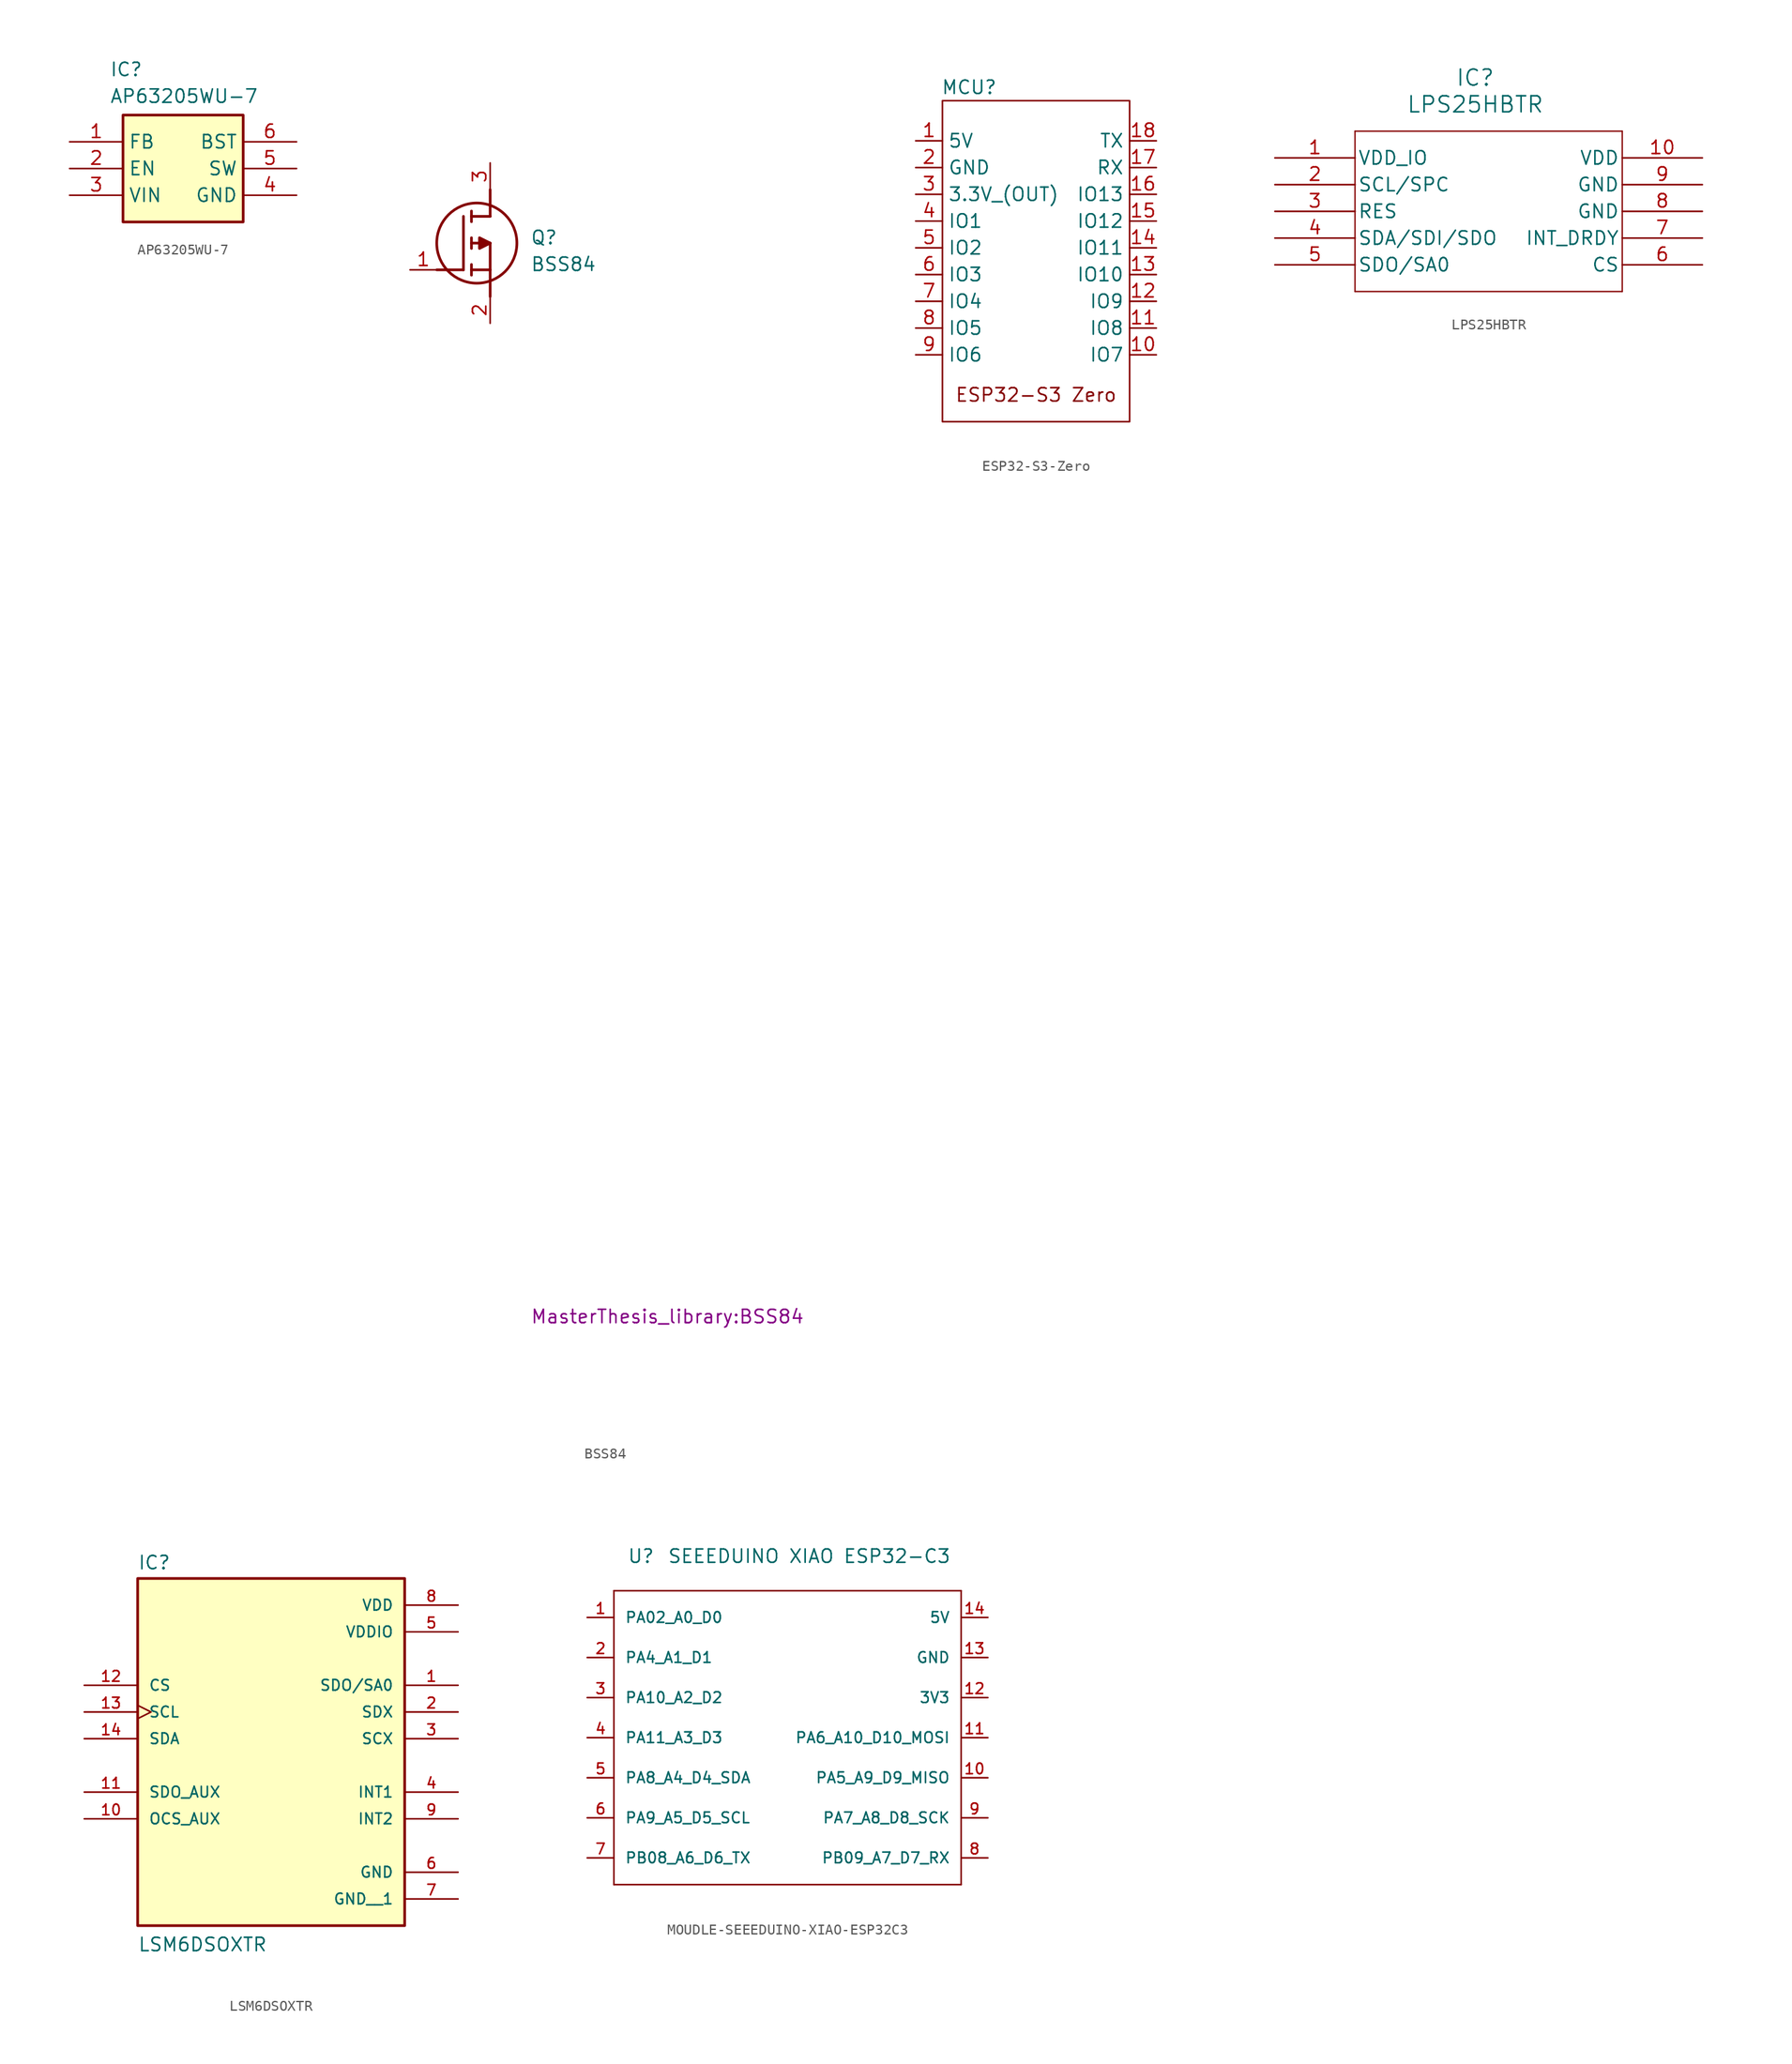
<source format=kicad_sym>
(kicad_symbol_lib
  (version 20220914)
  (generator kicad_symbol_editor)
  (symbol "AP63205WU-7"
    (property "Reference" "IC"
      (at 3.81 7.62 0)
      (effects (font (size 1.27 1.27)) (justify left top)))
    (property "Value" "AP63205WU-7"
      (at 3.81 5.08 0)
      (effects (font (size 1.27 1.27)) (justify left top)))
    (symbol "AP63205WU-7_1_1"
      (rectangle (start 5.08 2.54) (end 16.51 -7.62) (stroke (width 0.254) (type default)) (fill (type background)))
      (pin passive line (at 0 0 0) (length 5.08) (name "FB" (effects (font (size 1.27 1.27)))) (number "1" (effects (font (size 1.27 1.27)))))
      (pin passive line (at 0 -2.54 0) (length 5.08) (name "EN" (effects (font (size 1.27 1.27)))) (number "2" (effects (font (size 1.27 1.27)))))
      (pin passive line (at 0 -5.08 0) (length 5.08) (name "VIN" (effects (font (size 1.27 1.27)))) (number "3" (effects (font (size 1.27 1.27)))))
      (pin passive line (at 21.59 -5.08 180) (length 5.08) (name "GND" (effects (font (size 1.27 1.27)))) (number "4" (effects (font (size 1.27 1.27)))))
      (pin passive line (at 21.59 -2.54 180) (length 5.08) (name "SW" (effects (font (size 1.27 1.27)))) (number "5" (effects (font (size 1.27 1.27)))))
      (pin passive line (at 21.59 0 180) (length 5.08) (name "BST" (effects (font (size 1.27 1.27)))) (number "6" (effects (font (size 1.27 1.27)))))))
  (symbol "BSS84"
    (pin_names hide)
    (property "Reference" "Q"
      (at 11.43 3.81 0)
      (effects (font (size 1.27 1.27)) (justify left top)))
    (property "Value" "BSS84"
      (at 11.43 1.27 0)
      (effects (font (size 1.27 1.27)) (justify left top)))
    (property "Footprint" "MasterThesis_library:BSS84"
      (at 11.43 -98.73 0)
      (effects (font (size 1.27 1.27)) (justify left top)))
    (symbol "BSS84_1_1"
      (polyline (pts (xy 2.54 0) (xy 5.08 0)) (stroke (width 0.254) (type default)) (fill (type none)))
      (polyline (pts (xy 5.08 5.08) (xy 5.08 0)) (stroke (width 0.254) (type default)) (fill (type none)))
      (polyline (pts (xy 5.842 -0.508) (xy 5.842 0.508)) (stroke (width 0.254) (type default)) (fill (type none)))
      (polyline (pts (xy 5.842 0) (xy 7.62 0)) (stroke (width 0.254) (type default)) (fill (type none)))
      (polyline (pts (xy 5.842 2.032) (xy 5.842 3.048)) (stroke (width 0.254) (type default)) (fill (type none)))
      (polyline (pts (xy 5.842 5.588) (xy 5.842 4.572)) (stroke (width 0.254) (type default)) (fill (type none)))
      (polyline (pts (xy 7.62 2.54) (xy 5.842 2.54)) (stroke (width 0.254) (type default)) (fill (type none)))
      (polyline (pts (xy 7.62 2.54) (xy 7.62 -2.54)) (stroke (width 0.254) (type default)) (fill (type none)))
      (polyline (pts (xy 7.62 5.08) (xy 5.842 5.08)) (stroke (width 0.254) (type default)) (fill (type none)))
      (polyline (pts (xy 7.62 5.08) (xy 7.62 7.62)) (stroke (width 0.254) (type default)) (fill (type none)))
      (polyline (pts (xy 7.62 2.54) (xy 6.604 3.048) (xy 6.604 2.032) (xy 7.62 2.54)) (stroke (width 0.254) (type default)) (fill (type outline)))
      (circle (center 6.35 2.54) (radius 3.81) (stroke (width 0.254) (type default)) (fill (type none)))
      (pin passive line (at 0 0 0) (length 2.54) (name "G" (effects (font (size 1.27 1.27)))) (number "1" (effects (font (size 1.27 1.27)))))
      (pin passive line (at 7.62 -5.08 90) (length 2.54) (name "S" (effects (font (size 1.27 1.27)))) (number "2" (effects (font (size 1.27 1.27)))))
      (pin passive line (at 7.62 10.16 270) (length 2.54) (name "D" (effects (font (size 1.27 1.27)))) (number "3" (effects (font (size 1.27 1.27)))))))
  (symbol "ESP32-S3-Zero"
    (property "Reference" "MCU"
      (at 5.08 3.81 0)
      (effects (font (size 1.27 1.27))))
    (property "Value" ""
      (at 0 0 0)
      (effects (font (size 1.27 1.27))))
    (symbol "ESP32-S3-Zero_0_1"
      (rectangle (start 2.54 2.54) (end 20.32 -27.94) (stroke (width 0) (type default)) (fill (type none))))
    (symbol "ESP32-S3-Zero_1_1"
      (text "ESP32-S3 Zero" (at 11.43 -25.4 0) (effects (font (size 1.27 1.27))))
      (pin bidirectional line (at 0 -1.27 0) (length 2.54) (name "5V" (effects (font (size 1.27 1.27)))) (number "1" (effects (font (size 1.27 1.27)))))
      (pin bidirectional line (at 22.86 -21.59 180) (length 2.54) (name "IO7" (effects (font (size 1.27 1.27)))) (number "10" (effects (font (size 1.27 1.27)))))
      (pin bidirectional line (at 22.86 -19.05 180) (length 2.54) (name "IO8" (effects (font (size 1.27 1.27)))) (number "11" (effects (font (size 1.27 1.27)))))
      (pin bidirectional line (at 22.86 -16.51 180) (length 2.54) (name "IO9" (effects (font (size 1.27 1.27)))) (number "12" (effects (font (size 1.27 1.27)))))
      (pin bidirectional line (at 22.86 -13.97 180) (length 2.54) (name "IO10" (effects (font (size 1.27 1.27)))) (number "13" (effects (font (size 1.27 1.27)))))
      (pin bidirectional line (at 22.86 -11.43 180) (length 2.54) (name "IO11" (effects (font (size 1.27 1.27)))) (number "14" (effects (font (size 1.27 1.27)))))
      (pin bidirectional line (at 22.86 -8.89 180) (length 2.54) (name "IO12" (effects (font (size 1.27 1.27)))) (number "15" (effects (font (size 1.27 1.27)))))
      (pin bidirectional line (at 22.86 -6.35 180) (length 2.54) (name "IO13" (effects (font (size 1.27 1.27)))) (number "16" (effects (font (size 1.27 1.27)))))
      (pin bidirectional line (at 22.86 -3.81 180) (length 2.54) (name "RX" (effects (font (size 1.27 1.27)))) (number "17" (effects (font (size 1.27 1.27)))))
      (pin bidirectional line (at 22.86 -1.27 180) (length 2.54) (name "TX" (effects (font (size 1.27 1.27)))) (number "18" (effects (font (size 1.27 1.27)))))
      (pin bidirectional line (at 0 -3.81 0) (length 2.54) (name "GND" (effects (font (size 1.27 1.27)))) (number "2" (effects (font (size 1.27 1.27)))))
      (pin bidirectional line (at 0 -6.35 0) (length 2.54) (name "3.3V_(OUT)" (effects (font (size 1.27 1.27)))) (number "3" (effects (font (size 1.27 1.27)))))
      (pin bidirectional line (at 0 -8.89 0) (length 2.54) (name "IO1" (effects (font (size 1.27 1.27)))) (number "4" (effects (font (size 1.27 1.27)))))
      (pin bidirectional line (at 0 -11.43 0) (length 2.54) (name "IO2" (effects (font (size 1.27 1.27)))) (number "5" (effects (font (size 1.27 1.27)))))
      (pin bidirectional line (at 0 -13.97 0) (length 2.54) (name "IO3" (effects (font (size 1.27 1.27)))) (number "6" (effects (font (size 1.27 1.27)))))
      (pin bidirectional line (at 0 -16.51 0) (length 2.54) (name "IO4" (effects (font (size 1.27 1.27)))) (number "7" (effects (font (size 1.27 1.27)))))
      (pin bidirectional line (at 0 -19.05 0) (length 2.54) (name "IO5" (effects (font (size 1.27 1.27)))) (number "8" (effects (font (size 1.27 1.27)))))
      (pin bidirectional line (at 0 -21.59 0) (length 2.54) (name "IO6" (effects (font (size 1.27 1.27)))) (number "9" (effects (font (size 1.27 1.27)))))))
  (symbol "LPS25HBTR"
    (pin_names
      (offset 0.254))
    (property "Reference" "IC"
      (at 19.05 7.62 0)
      (effects (font (size 1.524 1.524))))
    (property "Value" "LPS25HBTR"
      (at 19.05 5.08 0)
      (effects (font (size 1.524 1.524))))
    (symbol "LPS25HBTR_0_1"
      (polyline (pts (xy 7.62 -12.7) (xy 33.02 -12.7)) (stroke (width 0.127) (type default)) (fill (type none)))
      (polyline (pts (xy 7.62 2.54) (xy 7.62 -12.7)) (stroke (width 0.127) (type default)) (fill (type none)))
      (polyline (pts (xy 33.02 -12.7) (xy 33.02 2.54)) (stroke (width 0.127) (type default)) (fill (type none)))
      (polyline (pts (xy 33.02 2.54) (xy 7.62 2.54)) (stroke (width 0.127) (type default)) (fill (type none)))
      (pin power_in line (at 0 0 0) (length 7.62) (name "VDD_IO" (effects (font (size 1.27 1.27)))) (number "1" (effects (font (size 1.27 1.27)))))
      (pin power_in line (at 40.64 0 180) (length 7.62) (name "VDD" (effects (font (size 1.27 1.27)))) (number "10" (effects (font (size 1.27 1.27)))))
      (pin bidirectional line (at 0 -2.54 0) (length 7.62) (name "SCL/SPC" (effects (font (size 1.27 1.27)))) (number "2" (effects (font (size 1.27 1.27)))))
      (pin unspecified line (at 0 -5.08 0) (length 7.62) (name "RES" (effects (font (size 1.27 1.27)))) (number "3" (effects (font (size 1.27 1.27)))))
      (pin bidirectional line (at 0 -7.62 0) (length 7.62) (name "SDA/SDI/SDO" (effects (font (size 1.27 1.27)))) (number "4" (effects (font (size 1.27 1.27)))))
      (pin bidirectional line (at 0 -10.16 0) (length 7.62) (name "SDO/SA0" (effects (font (size 1.27 1.27)))) (number "5" (effects (font (size 1.27 1.27)))))
      (pin bidirectional line (at 40.64 -10.16 180) (length 7.62) (name "CS" (effects (font (size 1.27 1.27)))) (number "6" (effects (font (size 1.27 1.27)))))
      (pin bidirectional line (at 40.64 -7.62 180) (length 7.62) (name "INT_DRDY" (effects (font (size 1.27 1.27)))) (number "7" (effects (font (size 1.27 1.27)))))
      (pin power_in line (at 40.64 -5.08 180) (length 7.62) (name "GND" (effects (font (size 1.27 1.27)))) (number "8" (effects (font (size 1.27 1.27)))))
      (pin power_in line (at 40.64 -2.54 180) (length 7.62) (name "GND" (effects (font (size 1.27 1.27)))) (number "9" (effects (font (size 1.27 1.27)))))))
  (symbol "LSM6DSOXTR"
    (pin_names
      (offset 1.016))
    (property "Reference" "IC"
      (at -12.7 16.002 0)
      (effects (font (size 1.27 1.27)) (justify left bottom)))
    (property "Value" "LSM6DSOXTR"
      (at -12.7 -20.32 0)
      (effects (font (size 1.27 1.27)) (justify left bottom)))
    (symbol "LSM6DSOXTR_0_0"
      (rectangle (start -12.7 -17.78) (end 12.7 15.24) (stroke (width 0.254) (type default)) (fill (type background)))
      (pin bidirectional line (at 17.78 5.08 180) (length 5.08) (name "SDO/SA0" (effects (font (size 1.016 1.016)))) (number "1" (effects (font (size 1.016 1.016)))))
      (pin bidirectional line (at -17.78 -7.62 0) (length 5.08) (name "OCS_AUX" (effects (font (size 1.016 1.016)))) (number "10" (effects (font (size 1.016 1.016)))))
      (pin bidirectional line (at -17.78 -5.08 0) (length 5.08) (name "SDO_AUX" (effects (font (size 1.016 1.016)))) (number "11" (effects (font (size 1.016 1.016)))))
      (pin input line (at -17.78 5.08 0) (length 5.08) (name "CS" (effects (font (size 1.016 1.016)))) (number "12" (effects (font (size 1.016 1.016)))))
      (pin input clock (at -17.78 2.54 0) (length 5.08) (name "SCL" (effects (font (size 1.016 1.016)))) (number "13" (effects (font (size 1.016 1.016)))))
      (pin bidirectional line (at -17.78 0 0) (length 5.08) (name "SDA" (effects (font (size 1.016 1.016)))) (number "14" (effects (font (size 1.016 1.016)))))
      (pin bidirectional line (at 17.78 2.54 180) (length 5.08) (name "SDX" (effects (font (size 1.016 1.016)))) (number "2" (effects (font (size 1.016 1.016)))))
      (pin bidirectional line (at 17.78 0 180) (length 5.08) (name "SCX" (effects (font (size 1.016 1.016)))) (number "3" (effects (font (size 1.016 1.016)))))
      (pin output line (at 17.78 -5.08 180) (length 5.08) (name "INT1" (effects (font (size 1.016 1.016)))) (number "4" (effects (font (size 1.016 1.016)))))
      (pin power_in line (at 17.78 10.16 180) (length 5.08) (name "VDDIO" (effects (font (size 1.016 1.016)))) (number "5" (effects (font (size 1.016 1.016)))))
      (pin power_in line (at 17.78 -12.7 180) (length 5.08) (name "GND" (effects (font (size 1.016 1.016)))) (number "6" (effects (font (size 1.016 1.016)))))
      (pin power_in line (at 17.78 -15.24 180) (length 5.08) (name "GND__1" (effects (font (size 1.016 1.016)))) (number "7" (effects (font (size 1.016 1.016)))))
      (pin power_in line (at 17.78 12.7 180) (length 5.08) (name "VDD" (effects (font (size 1.016 1.016)))) (number "8" (effects (font (size 1.016 1.016)))))
      (pin output line (at 17.78 -7.62 180) (length 5.08) (name "INT2" (effects (font (size 1.016 1.016)))) (number "9" (effects (font (size 1.016 1.016)))))))
  (symbol "MOUDLE-SEEEDUINO-XIAO-ESP32C3"
    (pin_names
      (offset 1.016))
    (property "Reference" "U"
      (at -21.59 16.51 0)
      (effects (font (size 1.27 1.27)) (justify left bottom)))
    (property "Value" "SEEEDUINO XIAO ESP32-C3"
      (at -17.78 16.51 0)
      (effects (font (size 1.27 1.27)) (justify left bottom)))
    (symbol "MOUDLE-SEEEDUINO-XIAO-ESP32C3_0_0"
      (polyline (pts (xy -22.86 -13.97) (xy -22.86 0)) (stroke (width 0.152) (type default)) (fill (type none)))
      (polyline (pts (xy -22.86 0) (xy -22.86 3.81)) (stroke (width 0.152) (type default)) (fill (type none)))
      (polyline (pts (xy -22.86 3.81) (xy -22.86 7.62)) (stroke (width 0.152) (type default)) (fill (type none)))
      (polyline (pts (xy -22.86 7.62) (xy -22.86 11.43)) (stroke (width 0.152) (type default)) (fill (type none)))
      (polyline (pts (xy -22.86 11.43) (xy -22.86 13.97)) (stroke (width 0.152) (type default)) (fill (type none)))
      (polyline (pts (xy -22.86 13.97) (xy 10.16 13.97)) (stroke (width 0.152) (type default)) (fill (type none)))
      (polyline (pts (xy 10.16 -13.97) (xy -22.86 -13.97)) (stroke (width 0.152) (type default)) (fill (type none)))
      (polyline (pts (xy 10.16 3.81) (xy 10.16 -13.97)) (stroke (width 0.152) (type default)) (fill (type none)))
      (polyline (pts (xy 10.16 7.62) (xy 10.16 3.81)) (stroke (width 0.152) (type default)) (fill (type none)))
      (polyline (pts (xy 10.16 11.43) (xy 10.16 7.62)) (stroke (width 0.152) (type default)) (fill (type none)))
      (polyline (pts (xy 10.16 13.97) (xy 10.16 11.43)) (stroke (width 0.152) (type default)) (fill (type none)))
      (pin bidirectional line (at -25.4 11.43 0) (length 2.54) (name "PA02_A0_D0" (effects (font (size 1.016 1.016)))) (number "1" (effects (font (size 1.016 1.016)))))
      (pin bidirectional line (at 12.7 -3.81 180) (length 2.54) (name "PA5_A9_D9_MISO" (effects (font (size 1.016 1.016)))) (number "10" (effects (font (size 1.016 1.016)))))
      (pin bidirectional line (at 12.7 0 180) (length 2.54) (name "PA6_A10_D10_MOSI" (effects (font (size 1.016 1.016)))) (number "11" (effects (font (size 1.016 1.016)))))
      (pin bidirectional line (at 12.7 3.81 180) (length 2.54) (name "3V3" (effects (font (size 1.016 1.016)))) (number "12" (effects (font (size 1.016 1.016)))))
      (pin bidirectional line (at 12.7 7.62 180) (length 2.54) (name "GND" (effects (font (size 1.016 1.016)))) (number "13" (effects (font (size 1.016 1.016)))))
      (pin bidirectional line (at 12.7 11.43 180) (length 2.54) (name "5V" (effects (font (size 1.016 1.016)))) (number "14" (effects (font (size 1.016 1.016)))))
      (pin bidirectional line (at -25.4 7.62 0) (length 2.54) (name "PA4_A1_D1" (effects (font (size 1.016 1.016)))) (number "2" (effects (font (size 1.016 1.016)))))
      (pin bidirectional line (at -25.4 3.81 0) (length 2.54) (name "PA10_A2_D2" (effects (font (size 1.016 1.016)))) (number "3" (effects (font (size 1.016 1.016)))))
      (pin bidirectional line (at -25.4 0 0) (length 2.54) (name "PA11_A3_D3" (effects (font (size 1.016 1.016)))) (number "4" (effects (font (size 1.016 1.016)))))
      (pin bidirectional line (at -25.4 -3.81 0) (length 2.54) (name "PA8_A4_D4_SDA" (effects (font (size 1.016 1.016)))) (number "5" (effects (font (size 1.016 1.016)))))
      (pin bidirectional line (at -25.4 -7.62 0) (length 2.54) (name "PA9_A5_D5_SCL" (effects (font (size 1.016 1.016)))) (number "6" (effects (font (size 1.016 1.016)))))
      (pin bidirectional line (at -25.4 -11.43 0) (length 2.54) (name "PB08_A6_D6_TX" (effects (font (size 1.016 1.016)))) (number "7" (effects (font (size 1.016 1.016)))))
      (pin bidirectional line (at 12.7 -11.43 180) (length 2.54) (name "PB09_A7_D7_RX" (effects (font (size 1.016 1.016)))) (number "8" (effects (font (size 1.016 1.016)))))
      (pin bidirectional line (at 12.7 -7.62 180) (length 2.54) (name "PA7_A8_D8_SCK" (effects (font (size 1.016 1.016)))) (number "9" (effects (font (size 1.016 1.016))))))))
</source>
